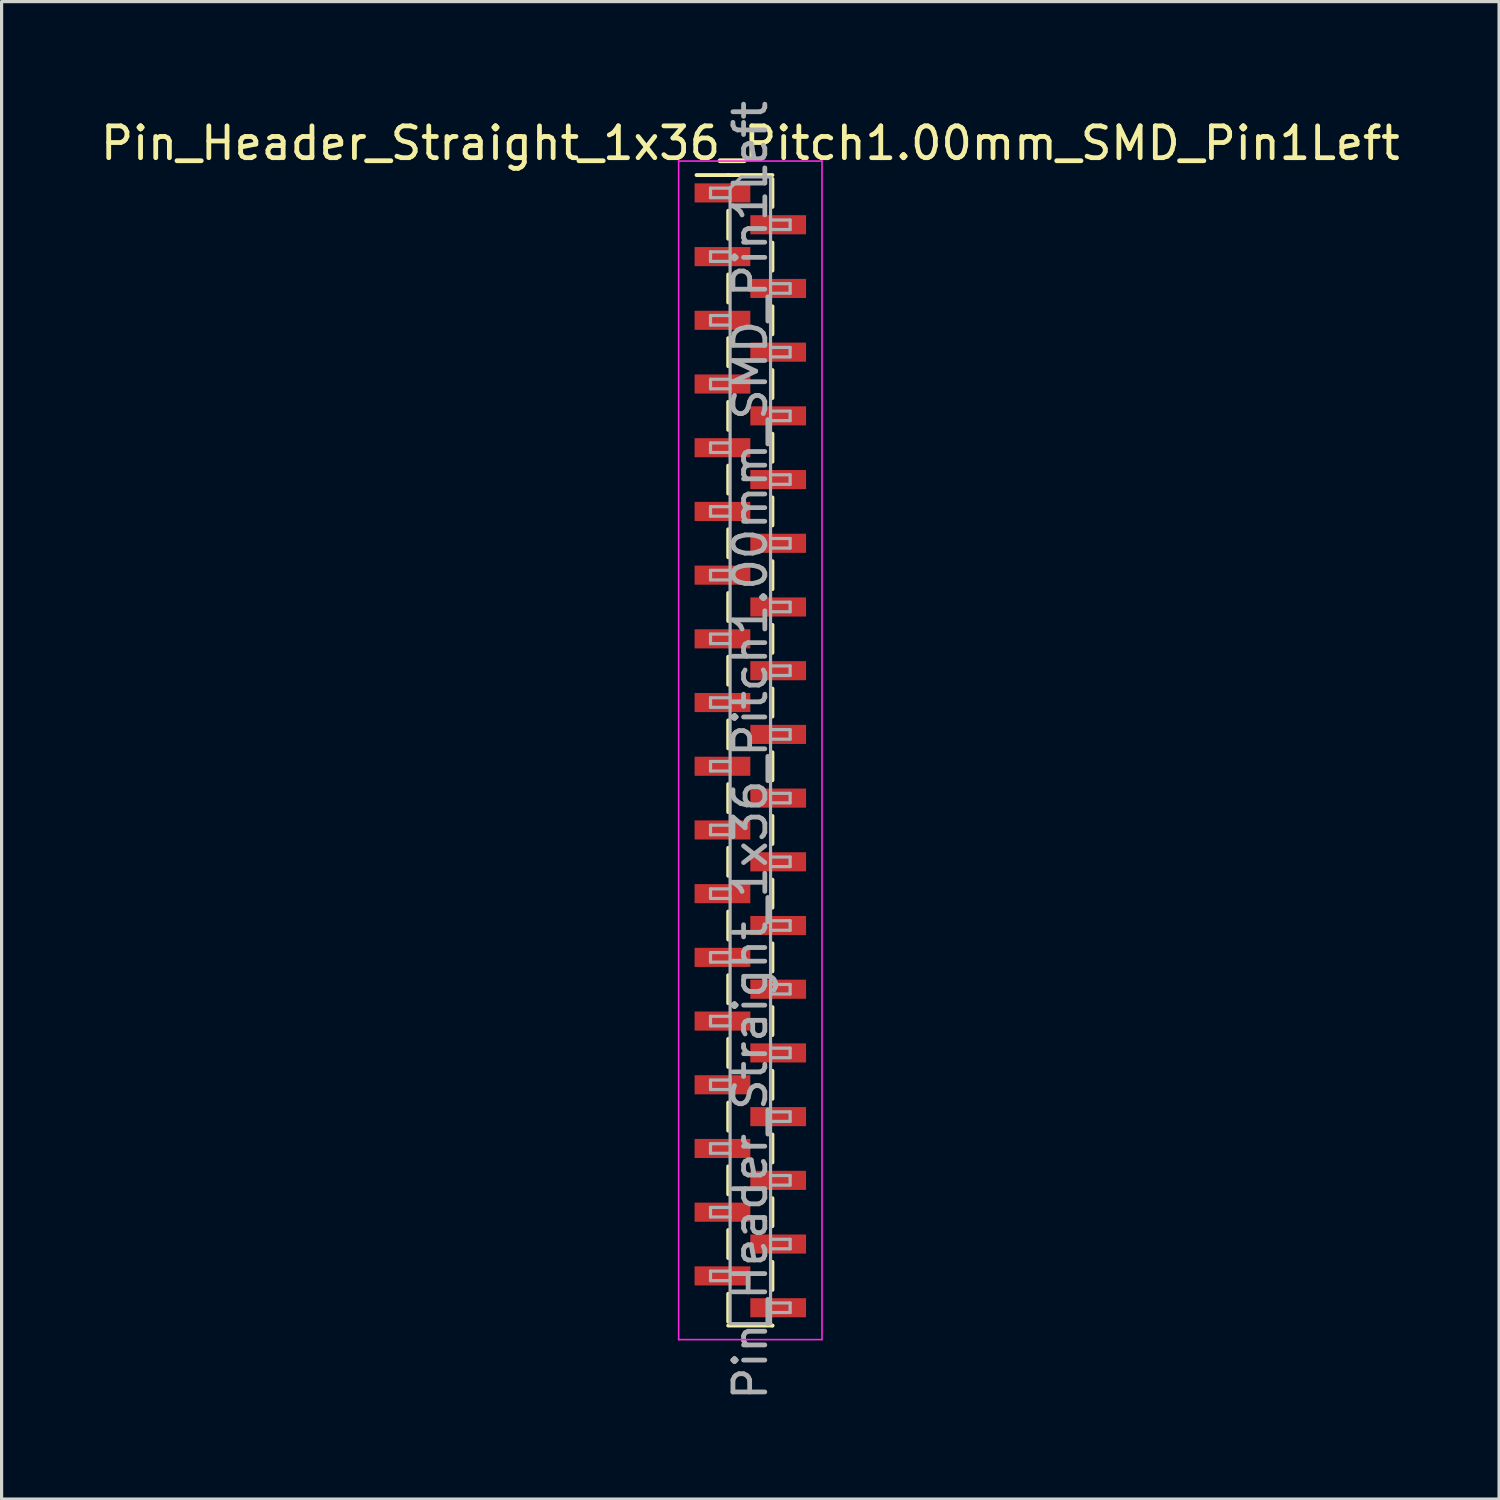
<source format=kicad_pcb>
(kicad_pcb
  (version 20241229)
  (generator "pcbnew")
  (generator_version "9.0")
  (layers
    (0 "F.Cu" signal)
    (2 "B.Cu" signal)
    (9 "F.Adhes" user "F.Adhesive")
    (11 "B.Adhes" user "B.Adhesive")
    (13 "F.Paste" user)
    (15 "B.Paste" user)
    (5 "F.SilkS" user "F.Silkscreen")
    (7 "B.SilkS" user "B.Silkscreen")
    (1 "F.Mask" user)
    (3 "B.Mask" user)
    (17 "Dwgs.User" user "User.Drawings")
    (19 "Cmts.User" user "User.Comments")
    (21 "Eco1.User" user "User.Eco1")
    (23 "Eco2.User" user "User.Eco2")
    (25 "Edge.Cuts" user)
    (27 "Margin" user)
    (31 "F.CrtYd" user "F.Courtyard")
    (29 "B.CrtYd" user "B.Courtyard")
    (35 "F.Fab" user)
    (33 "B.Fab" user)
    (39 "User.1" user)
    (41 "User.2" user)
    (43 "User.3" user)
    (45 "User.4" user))
  (footprint "Pin_Header_Straight_1x36_Pitch1.00mm_SMD_Pin1Left"
    (layer "F.Cu")
    (at 20.506 20.506)
    (property "Reference" "Pin_Header_Straight_1x36_Pitch1.00mm_SMD_Pin1Left" (at 0 -19.06 0) (layer "F.SilkS") (effects (font (size 1 1) (thickness 0.15))))
    (attr smd)
    (fp_line (start -0.695 -18.06) (end -1.69 -18.06) (stroke (width 0.12) (type solid)) (layer "F.SilkS"))
    (fp_line (start -0.695 -18.06) (end -0.695 -18.06) (stroke (width 0.12) (type solid)) (layer "F.SilkS"))
    (fp_line (start -0.695 -18.06) (end 0.695 -18.06) (stroke (width 0.12) (type solid)) (layer "F.SilkS"))
    (fp_line (start -0.695 -16.94) (end -0.695 -16.06) (stroke (width 0.12) (type solid)) (layer "F.SilkS"))
    (fp_line (start -0.695 -14.94) (end -0.695 -14.06) (stroke (width 0.12) (type solid)) (layer "F.SilkS"))
    (fp_line (start -0.695 -12.94) (end -0.695 -12.06) (stroke (width 0.12) (type solid)) (layer "F.SilkS"))
    (fp_line (start -0.695 -10.94) (end -0.695 -10.06) (stroke (width 0.12) (type solid)) (layer "F.SilkS"))
    (fp_line (start -0.695 -8.94) (end -0.695 -8.06) (stroke (width 0.12) (type solid)) (layer "F.SilkS"))
    (fp_line (start -0.695 -6.94) (end -0.695 -6.06) (stroke (width 0.12) (type solid)) (layer "F.SilkS"))
    (fp_line (start -0.695 -4.94) (end -0.695 -4.06) (stroke (width 0.12) (type solid)) (layer "F.SilkS"))
    (fp_line (start -0.695 -2.94) (end -0.695 -2.06) (stroke (width 0.12) (type solid)) (layer "F.SilkS"))
    (fp_line (start -0.695 -0.94) (end -0.695 -0.06) (stroke (width 0.12) (type solid)) (layer "F.SilkS"))
    (fp_line (start -0.695 1.06) (end -0.695 1.94) (stroke (width 0.12) (type solid)) (layer "F.SilkS"))
    (fp_line (start -0.695 3.06) (end -0.695 3.94) (stroke (width 0.12) (type solid)) (layer "F.SilkS"))
    (fp_line (start -0.695 5.06) (end -0.695 5.94) (stroke (width 0.12) (type solid)) (layer "F.SilkS"))
    (fp_line (start -0.695 7.06) (end -0.695 7.94) (stroke (width 0.12) (type solid)) (layer "F.SilkS"))
    (fp_line (start -0.695 9.06) (end -0.695 9.94) (stroke (width 0.12) (type solid)) (layer "F.SilkS"))
    (fp_line (start -0.695 11.06) (end -0.695 11.94) (stroke (width 0.12) (type solid)) (layer "F.SilkS"))
    (fp_line (start -0.695 13.06) (end -0.695 13.94) (stroke (width 0.12) (type solid)) (layer "F.SilkS"))
    (fp_line (start -0.695 15.06) (end -0.695 15.94) (stroke (width 0.12) (type solid)) (layer "F.SilkS"))
    (fp_line (start -0.695 17.06) (end -0.695 17.94) (stroke (width 0.12) (type solid)) (layer "F.SilkS"))
    (fp_line (start -0.695 18.06) (end 0.695 18.06) (stroke (width 0.12) (type solid)) (layer "F.SilkS"))
    (fp_line (start 0.695 -17.94) (end 0.695 -17.06) (stroke (width 0.12) (type solid)) (layer "F.SilkS"))
    (fp_line (start 0.695 -15.94) (end 0.695 -15.06) (stroke (width 0.12) (type solid)) (layer "F.SilkS"))
    (fp_line (start 0.695 -13.94) (end 0.695 -13.06) (stroke (width 0.12) (type solid)) (layer "F.SilkS"))
    (fp_line (start 0.695 -11.94) (end 0.695 -11.06) (stroke (width 0.12) (type solid)) (layer "F.SilkS"))
    (fp_line (start 0.695 -9.94) (end 0.695 -9.06) (stroke (width 0.12) (type solid)) (layer "F.SilkS"))
    (fp_line (start 0.695 -7.94) (end 0.695 -7.06) (stroke (width 0.12) (type solid)) (layer "F.SilkS"))
    (fp_line (start 0.695 -5.94) (end 0.695 -5.06) (stroke (width 0.12) (type solid)) (layer "F.SilkS"))
    (fp_line (start 0.695 -3.94) (end 0.695 -3.06) (stroke (width 0.12) (type solid)) (layer "F.SilkS"))
    (fp_line (start 0.695 -1.94) (end 0.695 -1.06) (stroke (width 0.12) (type solid)) (layer "F.SilkS"))
    (fp_line (start 0.695 0.06) (end 0.695 0.94) (stroke (width 0.12) (type solid)) (layer "F.SilkS"))
    (fp_line (start 0.695 2.06) (end 0.695 2.94) (stroke (width 0.12) (type solid)) (layer "F.SilkS"))
    (fp_line (start 0.695 4.06) (end 0.695 4.94) (stroke (width 0.12) (type solid)) (layer "F.SilkS"))
    (fp_line (start 0.695 6.06) (end 0.695 6.94) (stroke (width 0.12) (type solid)) (layer "F.SilkS"))
    (fp_line (start 0.695 8.06) (end 0.695 8.94) (stroke (width 0.12) (type solid)) (layer "F.SilkS"))
    (fp_line (start 0.695 10.06) (end 0.695 10.94) (stroke (width 0.12) (type solid)) (layer "F.SilkS"))
    (fp_line (start 0.695 12.06) (end 0.695 12.94) (stroke (width 0.12) (type solid)) (layer "F.SilkS"))
    (fp_line (start 0.695 14.06) (end 0.695 14.94) (stroke (width 0.12) (type solid)) (layer "F.SilkS"))
    (fp_line (start 0.695 16.06) (end 0.695 16.94) (stroke (width 0.12) (type solid)) (layer "F.SilkS"))
    (fp_line (start 0.695 18.06) (end 0.695 18.06) (stroke (width 0.12) (type solid)) (layer "F.SilkS"))
    (fp_line (start -2.25 -18.5) (end -2.25 18.5) (stroke (width 0.05) (type solid)) (layer "F.CrtYd"))
    (fp_line (start -2.25 18.5) (end 2.25 18.5) (stroke (width 0.05) (type solid)) (layer "F.CrtYd"))
    (fp_line (start 2.25 -18.5) (end -2.25 -18.5) (stroke (width 0.05) (type solid)) (layer "F.CrtYd"))
    (fp_line (start 2.25 18.5) (end 2.25 -18.5) (stroke (width 0.05) (type solid)) (layer "F.CrtYd"))
    (fp_line (start -1.25 -17.65) (end -1.25 -17.35) (stroke (width 0.1) (type solid)) (layer "F.Fab"))
    (fp_line (start -1.25 -17.35) (end -0.635 -17.35) (stroke (width 0.1) (type solid)) (layer "F.Fab"))
    (fp_line (start -1.25 -15.65) (end -1.25 -15.35) (stroke (width 0.1) (type solid)) (layer "F.Fab"))
    (fp_line (start -1.25 -15.35) (end -0.635 -15.35) (stroke (width 0.1) (type solid)) (layer "F.Fab"))
    (fp_line (start -1.25 -13.65) (end -1.25 -13.35) (stroke (width 0.1) (type solid)) (layer "F.Fab"))
    (fp_line (start -1.25 -13.35) (end -0.635 -13.35) (stroke (width 0.1) (type solid)) (layer "F.Fab"))
    (fp_line (start -1.25 -11.65) (end -1.25 -11.35) (stroke (width 0.1) (type solid)) (layer "F.Fab"))
    (fp_line (start -1.25 -11.35) (end -0.635 -11.35) (stroke (width 0.1) (type solid)) (layer "F.Fab"))
    (fp_line (start -1.25 -9.65) (end -1.25 -9.35) (stroke (width 0.1) (type solid)) (layer "F.Fab"))
    (fp_line (start -1.25 -9.35) (end -0.635 -9.35) (stroke (width 0.1) (type solid)) (layer "F.Fab"))
    (fp_line (start -1.25 -7.65) (end -1.25 -7.35) (stroke (width 0.1) (type solid)) (layer "F.Fab"))
    (fp_line (start -1.25 -7.35) (end -0.635 -7.35) (stroke (width 0.1) (type solid)) (layer "F.Fab"))
    (fp_line (start -1.25 -5.65) (end -1.25 -5.35) (stroke (width 0.1) (type solid)) (layer "F.Fab"))
    (fp_line (start -1.25 -5.35) (end -0.635 -5.35) (stroke (width 0.1) (type solid)) (layer "F.Fab"))
    (fp_line (start -1.25 -3.65) (end -1.25 -3.35) (stroke (width 0.1) (type solid)) (layer "F.Fab"))
    (fp_line (start -1.25 -3.35) (end -0.635 -3.35) (stroke (width 0.1) (type solid)) (layer "F.Fab"))
    (fp_line (start -1.25 -1.65) (end -1.25 -1.35) (stroke (width 0.1) (type solid)) (layer "F.Fab"))
    (fp_line (start -1.25 -1.35) (end -0.635 -1.35) (stroke (width 0.1) (type solid)) (layer "F.Fab"))
    (fp_line (start -1.25 0.35) (end -1.25 0.65) (stroke (width 0.1) (type solid)) (layer "F.Fab"))
    (fp_line (start -1.25 0.65) (end -0.635 0.65) (stroke (width 0.1) (type solid)) (layer "F.Fab"))
    (fp_line (start -1.25 2.35) (end -1.25 2.65) (stroke (width 0.1) (type solid)) (layer "F.Fab"))
    (fp_line (start -1.25 2.65) (end -0.635 2.65) (stroke (width 0.1) (type solid)) (layer "F.Fab"))
    (fp_line (start -1.25 4.35) (end -1.25 4.65) (stroke (width 0.1) (type solid)) (layer "F.Fab"))
    (fp_line (start -1.25 4.65) (end -0.635 4.65) (stroke (width 0.1) (type solid)) (layer "F.Fab"))
    (fp_line (start -1.25 6.35) (end -1.25 6.65) (stroke (width 0.1) (type solid)) (layer "F.Fab"))
    (fp_line (start -1.25 6.65) (end -0.635 6.65) (stroke (width 0.1) (type solid)) (layer "F.Fab"))
    (fp_line (start -1.25 8.35) (end -1.25 8.65) (stroke (width 0.1) (type solid)) (layer "F.Fab"))
    (fp_line (start -1.25 8.65) (end -0.635 8.65) (stroke (width 0.1) (type solid)) (layer "F.Fab"))
    (fp_line (start -1.25 10.35) (end -1.25 10.65) (stroke (width 0.1) (type solid)) (layer "F.Fab"))
    (fp_line (start -1.25 10.65) (end -0.635 10.65) (stroke (width 0.1) (type solid)) (layer "F.Fab"))
    (fp_line (start -1.25 12.35) (end -1.25 12.65) (stroke (width 0.1) (type solid)) (layer "F.Fab"))
    (fp_line (start -1.25 12.65) (end -0.635 12.65) (stroke (width 0.1) (type solid)) (layer "F.Fab"))
    (fp_line (start -1.25 14.35) (end -1.25 14.65) (stroke (width 0.1) (type solid)) (layer "F.Fab"))
    (fp_line (start -1.25 14.65) (end -0.635 14.65) (stroke (width 0.1) (type solid)) (layer "F.Fab"))
    (fp_line (start -1.25 16.35) (end -1.25 16.65) (stroke (width 0.1) (type solid)) (layer "F.Fab"))
    (fp_line (start -1.25 16.65) (end -0.635 16.65) (stroke (width 0.1) (type solid)) (layer "F.Fab"))
    (fp_line (start -0.635 -17.65) (end -1.25 -17.65) (stroke (width 0.1) (type solid)) (layer "F.Fab"))
    (fp_line (start -0.635 -17.65) (end -0.285 -18) (stroke (width 0.1) (type solid)) (layer "F.Fab"))
    (fp_line (start -0.635 -15.65) (end -1.25 -15.65) (stroke (width 0.1) (type solid)) (layer "F.Fab"))
    (fp_line (start -0.635 -13.65) (end -1.25 -13.65) (stroke (width 0.1) (type solid)) (layer "F.Fab"))
    (fp_line (start -0.635 -11.65) (end -1.25 -11.65) (stroke (width 0.1) (type solid)) (layer "F.Fab"))
    (fp_line (start -0.635 -9.65) (end -1.25 -9.65) (stroke (width 0.1) (type solid)) (layer "F.Fab"))
    (fp_line (start -0.635 -7.65) (end -1.25 -7.65) (stroke (width 0.1) (type solid)) (layer "F.Fab"))
    (fp_line (start -0.635 -5.65) (end -1.25 -5.65) (stroke (width 0.1) (type solid)) (layer "F.Fab"))
    (fp_line (start -0.635 -3.65) (end -1.25 -3.65) (stroke (width 0.1) (type solid)) (layer "F.Fab"))
    (fp_line (start -0.635 -1.65) (end -1.25 -1.65) (stroke (width 0.1) (type solid)) (layer "F.Fab"))
    (fp_line (start -0.635 0.35) (end -1.25 0.35) (stroke (width 0.1) (type solid)) (layer "F.Fab"))
    (fp_line (start -0.635 2.35) (end -1.25 2.35) (stroke (width 0.1) (type solid)) (layer "F.Fab"))
    (fp_line (start -0.635 4.35) (end -1.25 4.35) (stroke (width 0.1) (type solid)) (layer "F.Fab"))
    (fp_line (start -0.635 6.35) (end -1.25 6.35) (stroke (width 0.1) (type solid)) (layer "F.Fab"))
    (fp_line (start -0.635 8.35) (end -1.25 8.35) (stroke (width 0.1) (type solid)) (layer "F.Fab"))
    (fp_line (start -0.635 10.35) (end -1.25 10.35) (stroke (width 0.1) (type solid)) (layer "F.Fab"))
    (fp_line (start -0.635 12.35) (end -1.25 12.35) (stroke (width 0.1) (type solid)) (layer "F.Fab"))
    (fp_line (start -0.635 14.35) (end -1.25 14.35) (stroke (width 0.1) (type solid)) (layer "F.Fab"))
    (fp_line (start -0.635 16.35) (end -1.25 16.35) (stroke (width 0.1) (type solid)) (layer "F.Fab"))
    (fp_line (start -0.635 18) (end -0.635 -17.65) (stroke (width 0.1) (type solid)) (layer "F.Fab"))
    (fp_line (start -0.285 -18) (end 0.635 -18) (stroke (width 0.1) (type solid)) (layer "F.Fab"))
    (fp_line (start 0.635 -18) (end 0.635 18) (stroke (width 0.1) (type solid)) (layer "F.Fab"))
    (fp_line (start 0.635 -16.65) (end 1.25 -16.65) (stroke (width 0.1) (type solid)) (layer "F.Fab"))
    (fp_line (start 0.635 -14.65) (end 1.25 -14.65) (stroke (width 0.1) (type solid)) (layer "F.Fab"))
    (fp_line (start 0.635 -12.65) (end 1.25 -12.65) (stroke (width 0.1) (type solid)) (layer "F.Fab"))
    (fp_line (start 0.635 -10.65) (end 1.25 -10.65) (stroke (width 0.1) (type solid)) (layer "F.Fab"))
    (fp_line (start 0.635 -8.65) (end 1.25 -8.65) (stroke (width 0.1) (type solid)) (layer "F.Fab"))
    (fp_line (start 0.635 -6.65) (end 1.25 -6.65) (stroke (width 0.1) (type solid)) (layer "F.Fab"))
    (fp_line (start 0.635 -4.65) (end 1.25 -4.65) (stroke (width 0.1) (type solid)) (layer "F.Fab"))
    (fp_line (start 0.635 -2.65) (end 1.25 -2.65) (stroke (width 0.1) (type solid)) (layer "F.Fab"))
    (fp_line (start 0.635 -0.65) (end 1.25 -0.65) (stroke (width 0.1) (type solid)) (layer "F.Fab"))
    (fp_line (start 0.635 1.35) (end 1.25 1.35) (stroke (width 0.1) (type solid)) (layer "F.Fab"))
    (fp_line (start 0.635 3.35) (end 1.25 3.35) (stroke (width 0.1) (type solid)) (layer "F.Fab"))
    (fp_line (start 0.635 5.35) (end 1.25 5.35) (stroke (width 0.1) (type solid)) (layer "F.Fab"))
    (fp_line (start 0.635 7.35) (end 1.25 7.35) (stroke (width 0.1) (type solid)) (layer "F.Fab"))
    (fp_line (start 0.635 9.35) (end 1.25 9.35) (stroke (width 0.1) (type solid)) (layer "F.Fab"))
    (fp_line (start 0.635 11.35) (end 1.25 11.35) (stroke (width 0.1) (type solid)) (layer "F.Fab"))
    (fp_line (start 0.635 13.35) (end 1.25 13.35) (stroke (width 0.1) (type solid)) (layer "F.Fab"))
    (fp_line (start 0.635 15.35) (end 1.25 15.35) (stroke (width 0.1) (type solid)) (layer "F.Fab"))
    (fp_line (start 0.635 17.35) (end 1.25 17.35) (stroke (width 0.1) (type solid)) (layer "F.Fab"))
    (fp_line (start 0.635 18) (end -0.635 18) (stroke (width 0.1) (type solid)) (layer "F.Fab"))
    (fp_line (start 1.25 -16.65) (end 1.25 -16.35) (stroke (width 0.1) (type solid)) (layer "F.Fab"))
    (fp_line (start 1.25 -16.35) (end 0.635 -16.35) (stroke (width 0.1) (type solid)) (layer "F.Fab"))
    (fp_line (start 1.25 -14.65) (end 1.25 -14.35) (stroke (width 0.1) (type solid)) (layer "F.Fab"))
    (fp_line (start 1.25 -14.35) (end 0.635 -14.35) (stroke (width 0.1) (type solid)) (layer "F.Fab"))
    (fp_line (start 1.25 -12.65) (end 1.25 -12.35) (stroke (width 0.1) (type solid)) (layer "F.Fab"))
    (fp_line (start 1.25 -12.35) (end 0.635 -12.35) (stroke (width 0.1) (type solid)) (layer "F.Fab"))
    (fp_line (start 1.25 -10.65) (end 1.25 -10.35) (stroke (width 0.1) (type solid)) (layer "F.Fab"))
    (fp_line (start 1.25 -10.35) (end 0.635 -10.35) (stroke (width 0.1) (type solid)) (layer "F.Fab"))
    (fp_line (start 1.25 -8.65) (end 1.25 -8.35) (stroke (width 0.1) (type solid)) (layer "F.Fab"))
    (fp_line (start 1.25 -8.35) (end 0.635 -8.35) (stroke (width 0.1) (type solid)) (layer "F.Fab"))
    (fp_line (start 1.25 -6.65) (end 1.25 -6.35) (stroke (width 0.1) (type solid)) (layer "F.Fab"))
    (fp_line (start 1.25 -6.35) (end 0.635 -6.35) (stroke (width 0.1) (type solid)) (layer "F.Fab"))
    (fp_line (start 1.25 -4.65) (end 1.25 -4.35) (stroke (width 0.1) (type solid)) (layer "F.Fab"))
    (fp_line (start 1.25 -4.35) (end 0.635 -4.35) (stroke (width 0.1) (type solid)) (layer "F.Fab"))
    (fp_line (start 1.25 -2.65) (end 1.25 -2.35) (stroke (width 0.1) (type solid)) (layer "F.Fab"))
    (fp_line (start 1.25 -2.35) (end 0.635 -2.35) (stroke (width 0.1) (type solid)) (layer "F.Fab"))
    (fp_line (start 1.25 -0.65) (end 1.25 -0.35) (stroke (width 0.1) (type solid)) (layer "F.Fab"))
    (fp_line (start 1.25 -0.35) (end 0.635 -0.35) (stroke (width 0.1) (type solid)) (layer "F.Fab"))
    (fp_line (start 1.25 1.35) (end 1.25 1.65) (stroke (width 0.1) (type solid)) (layer "F.Fab"))
    (fp_line (start 1.25 1.65) (end 0.635 1.65) (stroke (width 0.1) (type solid)) (layer "F.Fab"))
    (fp_line (start 1.25 3.35) (end 1.25 3.65) (stroke (width 0.1) (type solid)) (layer "F.Fab"))
    (fp_line (start 1.25 3.65) (end 0.635 3.65) (stroke (width 0.1) (type solid)) (layer "F.Fab"))
    (fp_line (start 1.25 5.35) (end 1.25 5.65) (stroke (width 0.1) (type solid)) (layer "F.Fab"))
    (fp_line (start 1.25 5.65) (end 0.635 5.65) (stroke (width 0.1) (type solid)) (layer "F.Fab"))
    (fp_line (start 1.25 7.35) (end 1.25 7.65) (stroke (width 0.1) (type solid)) (layer "F.Fab"))
    (fp_line (start 1.25 7.65) (end 0.635 7.65) (stroke (width 0.1) (type solid)) (layer "F.Fab"))
    (fp_line (start 1.25 9.35) (end 1.25 9.65) (stroke (width 0.1) (type solid)) (layer "F.Fab"))
    (fp_line (start 1.25 9.65) (end 0.635 9.65) (stroke (width 0.1) (type solid)) (layer "F.Fab"))
    (fp_line (start 1.25 11.35) (end 1.25 11.65) (stroke (width 0.1) (type solid)) (layer "F.Fab"))
    (fp_line (start 1.25 11.65) (end 0.635 11.65) (stroke (width 0.1) (type solid)) (layer "F.Fab"))
    (fp_line (start 1.25 13.35) (end 1.25 13.65) (stroke (width 0.1) (type solid)) (layer "F.Fab"))
    (fp_line (start 1.25 13.65) (end 0.635 13.65) (stroke (width 0.1) (type solid)) (layer "F.Fab"))
    (fp_line (start 1.25 15.35) (end 1.25 15.65) (stroke (width 0.1) (type solid)) (layer "F.Fab"))
    (fp_line (start 1.25 15.65) (end 0.635 15.65) (stroke (width 0.1) (type solid)) (layer "F.Fab"))
    (fp_line (start 1.25 17.35) (end 1.25 17.65) (stroke (width 0.1) (type solid)) (layer "F.Fab"))
    (fp_line (start 1.25 17.65) (end 0.635 17.65) (stroke (width 0.1) (type solid)) (layer "F.Fab"))
    (fp_text user "${REFERENCE}" (at 0 0 90) (layer "F.Fab") (effects (font (size 1 1) (thickness 0.15))))
    (pad "1" smd rect (at -0.875 -17.5) (size 1.75 0.6) (layers "F.Cu" "F.Mask" "F.Paste"))
    (pad "2" smd rect (at 0.875 -16.5) (size 1.75 0.6) (layers "F.Cu" "F.Mask" "F.Paste"))
    (pad "3" smd rect (at -0.875 -15.5) (size 1.75 0.6) (layers "F.Cu" "F.Mask" "F.Paste"))
    (pad "4" smd rect (at 0.875 -14.5) (size 1.75 0.6) (layers "F.Cu" "F.Mask" "F.Paste"))
    (pad "5" smd rect (at -0.875 -13.5) (size 1.75 0.6) (layers "F.Cu" "F.Mask" "F.Paste"))
    (pad "6" smd rect (at 0.875 -12.5) (size 1.75 0.6) (layers "F.Cu" "F.Mask" "F.Paste"))
    (pad "7" smd rect (at -0.875 -11.5) (size 1.75 0.6) (layers "F.Cu" "F.Mask" "F.Paste"))
    (pad "8" smd rect (at 0.875 -10.5) (size 1.75 0.6) (layers "F.Cu" "F.Mask" "F.Paste"))
    (pad "9" smd rect (at -0.875 -9.5) (size 1.75 0.6) (layers "F.Cu" "F.Mask" "F.Paste"))
    (pad "10" smd rect (at 0.875 -8.5) (size 1.75 0.6) (layers "F.Cu" "F.Mask" "F.Paste"))
    (pad "11" smd rect (at -0.875 -7.5) (size 1.75 0.6) (layers "F.Cu" "F.Mask" "F.Paste"))
    (pad "12" smd rect (at 0.875 -6.5) (size 1.75 0.6) (layers "F.Cu" "F.Mask" "F.Paste"))
    (pad "13" smd rect (at -0.875 -5.5) (size 1.75 0.6) (layers "F.Cu" "F.Mask" "F.Paste"))
    (pad "14" smd rect (at 0.875 -4.5) (size 1.75 0.6) (layers "F.Cu" "F.Mask" "F.Paste"))
    (pad "15" smd rect (at -0.875 -3.5) (size 1.75 0.6) (layers "F.Cu" "F.Mask" "F.Paste"))
    (pad "16" smd rect (at 0.875 -2.5) (size 1.75 0.6) (layers "F.Cu" "F.Mask" "F.Paste"))
    (pad "17" smd rect (at -0.875 -1.5) (size 1.75 0.6) (layers "F.Cu" "F.Mask" "F.Paste"))
    (pad "18" smd rect (at 0.875 -0.5) (size 1.75 0.6) (layers "F.Cu" "F.Mask" "F.Paste"))
    (pad "19" smd rect (at -0.875 0.5) (size 1.75 0.6) (layers "F.Cu" "F.Mask" "F.Paste"))
    (pad "20" smd rect (at 0.875 1.5) (size 1.75 0.6) (layers "F.Cu" "F.Mask" "F.Paste"))
    (pad "21" smd rect (at -0.875 2.5) (size 1.75 0.6) (layers "F.Cu" "F.Mask" "F.Paste"))
    (pad "22" smd rect (at 0.875 3.5) (size 1.75 0.6) (layers "F.Cu" "F.Mask" "F.Paste"))
    (pad "23" smd rect (at -0.875 4.5) (size 1.75 0.6) (layers "F.Cu" "F.Mask" "F.Paste"))
    (pad "24" smd rect (at 0.875 5.5) (size 1.75 0.6) (layers "F.Cu" "F.Mask" "F.Paste"))
    (pad "25" smd rect (at -0.875 6.5) (size 1.75 0.6) (layers "F.Cu" "F.Mask" "F.Paste"))
    (pad "26" smd rect (at 0.875 7.5) (size 1.75 0.6) (layers "F.Cu" "F.Mask" "F.Paste"))
    (pad "27" smd rect (at -0.875 8.5) (size 1.75 0.6) (layers "F.Cu" "F.Mask" "F.Paste"))
    (pad "28" smd rect (at 0.875 9.5) (size 1.75 0.6) (layers "F.Cu" "F.Mask" "F.Paste"))
    (pad "29" smd rect (at -0.875 10.5) (size 1.75 0.6) (layers "F.Cu" "F.Mask" "F.Paste"))
    (pad "30" smd rect (at 0.875 11.5) (size 1.75 0.6) (layers "F.Cu" "F.Mask" "F.Paste"))
    (pad "31" smd rect (at -0.875 12.5) (size 1.75 0.6) (layers "F.Cu" "F.Mask" "F.Paste"))
    (pad "32" smd rect (at 0.875 13.5) (size 1.75 0.6) (layers "F.Cu" "F.Mask" "F.Paste"))
    (pad "33" smd rect (at -0.875 14.5) (size 1.75 0.6) (layers "F.Cu" "F.Mask" "F.Paste"))
    (pad "34" smd rect (at 0.875 15.5) (size 1.75 0.6) (layers "F.Cu" "F.Mask" "F.Paste"))
    (pad "35" smd rect (at -0.875 16.5) (size 1.75 0.6) (layers "F.Cu" "F.Mask" "F.Paste"))
    (pad "36" smd rect (at 0.875 17.5) (size 1.75 0.6) (layers "F.Cu" "F.Mask" "F.Paste")))
  (gr_rect
    (start -3 -3)
    (end 44.012 44.012)
    (stroke (width 0.1) (type default))
    (fill no)
    (layer "Edge.Cuts")))
</source>
